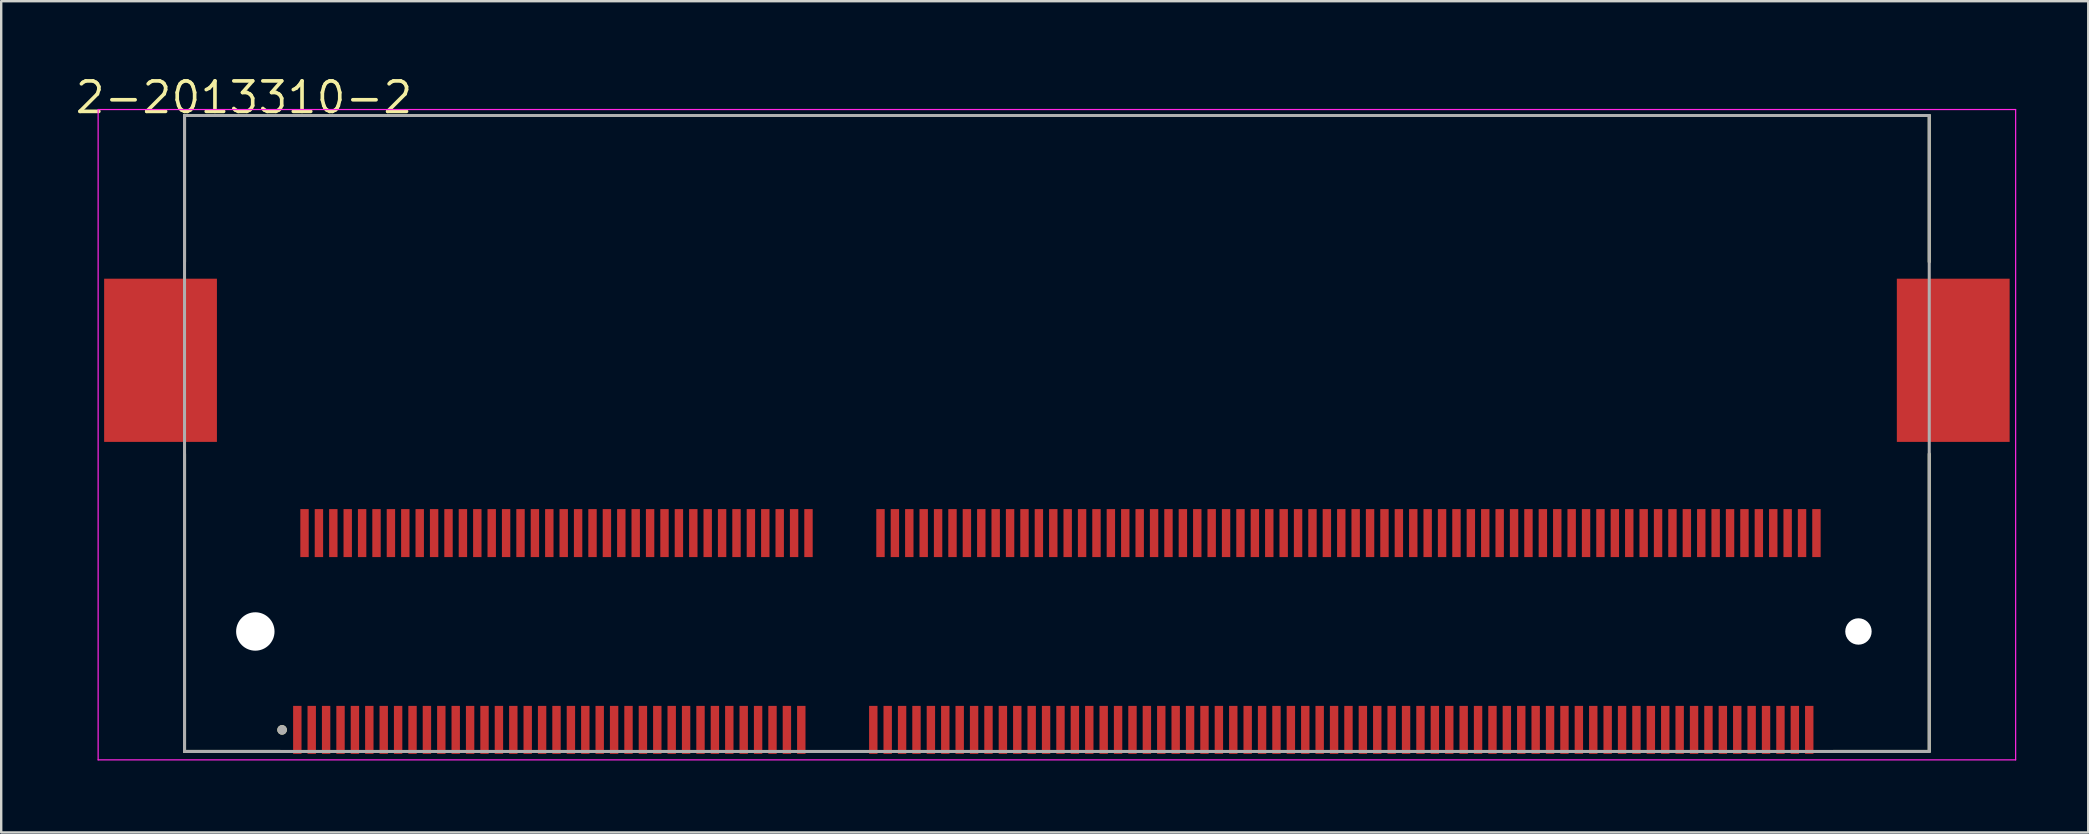
<source format=kicad_pcb>
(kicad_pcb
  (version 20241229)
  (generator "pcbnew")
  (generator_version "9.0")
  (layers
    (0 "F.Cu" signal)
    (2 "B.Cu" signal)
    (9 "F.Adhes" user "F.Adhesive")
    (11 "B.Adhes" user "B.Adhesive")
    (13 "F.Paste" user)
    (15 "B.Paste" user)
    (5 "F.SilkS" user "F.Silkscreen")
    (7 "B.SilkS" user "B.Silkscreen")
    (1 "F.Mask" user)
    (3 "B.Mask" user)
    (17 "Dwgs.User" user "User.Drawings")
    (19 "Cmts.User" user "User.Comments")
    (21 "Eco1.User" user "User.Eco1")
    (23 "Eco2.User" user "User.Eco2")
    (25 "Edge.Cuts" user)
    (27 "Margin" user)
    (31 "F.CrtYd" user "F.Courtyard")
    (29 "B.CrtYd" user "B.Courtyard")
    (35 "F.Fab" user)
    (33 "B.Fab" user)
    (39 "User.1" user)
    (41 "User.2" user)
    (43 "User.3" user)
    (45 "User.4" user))
  (footprint "2-2013310-2"
    (layer "F.Cu")
    (at 9.339 27.363)
    (property "Reference" "2-2013310-2" (at -2.223 -26.352 0) (layer "F.SilkS") (effects (font (size 1.27 1.27) (thickness 0.152))))
    (attr smd)
    (fp_line (start -4.7 -25.6) (end 68 -25.6) (stroke (width 0.127) (type solid)) (layer "F.SilkS"))
    (fp_line (start -4.7 -19.5) (end -4.7 -25.6) (stroke (width 0.127) (type solid)) (layer "F.SilkS"))
    (fp_line (start -4.7 0.9) (end -4.7 -11.5) (stroke (width 0.127) (type solid)) (layer "F.SilkS"))
    (fp_line (start -0.7 0.9) (end -4.7 0.9) (stroke (width 0.127) (type solid)) (layer "F.SilkS"))
    (fp_line (start 64 0.9) (end 68 0.9) (stroke (width 0.127) (type solid)) (layer "F.SilkS"))
    (fp_line (start 68 -25.6) (end 68 -19.5) (stroke (width 0.127) (type solid)) (layer "F.SilkS"))
    (fp_line (start 68 0.9) (end 68 -11.5) (stroke (width 0.127) (type solid)) (layer "F.SilkS"))
    (fp_circle (center -0.635 0) (end -0.535 0) (stroke (width 0.2) (type solid)) (fill no) (layer "F.SilkS"))
    (fp_line (start -8.3 -25.85) (end 71.6 -25.85) (stroke (width 0.05) (type solid)) (layer "F.CrtYd"))
    (fp_line (start -8.3 1.25) (end -8.3 -25.85) (stroke (width 0.05) (type solid)) (layer "F.CrtYd"))
    (fp_line (start 71.6 -25.85) (end 71.6 1.25) (stroke (width 0.05) (type solid)) (layer "F.CrtYd"))
    (fp_line (start 71.6 1.25) (end -8.3 1.25) (stroke (width 0.05) (type solid)) (layer "F.CrtYd"))
    (fp_line (start -4.7 -25.6) (end 68 -25.6) (stroke (width 0.127) (type solid)) (layer "F.Fab"))
    (fp_line (start -4.7 0.9) (end -4.7 -25.6) (stroke (width 0.127) (type solid)) (layer "F.Fab"))
    (fp_line (start 68 -25.6) (end 68 0.9) (stroke (width 0.127) (type solid)) (layer "F.Fab"))
    (fp_line (start 68 0.9) (end -4.7 0.9) (stroke (width 0.127) (type solid)) (layer "F.Fab"))
    (fp_circle (center -0.635 0) (end -0.535 0) (stroke (width 0.2) (type solid)) (fill no) (layer "F.Fab"))
    (pad "" np_thru_hole circle (at -1.75 -4.1) (size 1.6 1.6) (drill 1.6) (layers "*.Cu" "*.Mask"))
    (pad "" np_thru_hole circle (at 65.05 -4.1) (size 1.1 1.1) (drill 1.1) (layers "*.Cu" "*.Mask"))
    (pad "1" smd rect (at 0 0) (size 0.35 2) (layers "F.Cu" "F.Mask" "F.Paste"))
    (pad "2" smd rect (at 0.3 -8.2) (size 0.35 2) (layers "F.Cu" "F.Mask" "F.Paste"))
    (pad "3" smd rect (at 0.6 0) (size 0.35 2) (layers "F.Cu" "F.Mask" "F.Paste"))
    (pad "4" smd rect (at 0.9 -8.2) (size 0.35 2) (layers "F.Cu" "F.Mask" "F.Paste"))
    (pad "5" smd rect (at 1.2 0) (size 0.35 2) (layers "F.Cu" "F.Mask" "F.Paste"))
    (pad "6" smd rect (at 1.5 -8.2) (size 0.35 2) (layers "F.Cu" "F.Mask" "F.Paste"))
    (pad "7" smd rect (at 1.8 0) (size 0.35 2) (layers "F.Cu" "F.Mask" "F.Paste"))
    (pad "8" smd rect (at 2.1 -8.2) (size 0.35 2) (layers "F.Cu" "F.Mask" "F.Paste"))
    (pad "9" smd rect (at 2.4 0) (size 0.35 2) (layers "F.Cu" "F.Mask" "F.Paste"))
    (pad "10" smd rect (at 2.7 -8.2) (size 0.35 2) (layers "F.Cu" "F.Mask" "F.Paste"))
    (pad "11" smd rect (at 3 0) (size 0.35 2) (layers "F.Cu" "F.Mask" "F.Paste"))
    (pad "12" smd rect (at 3.3 -8.2) (size 0.35 2) (layers "F.Cu" "F.Mask" "F.Paste"))
    (pad "13" smd rect (at 3.6 0) (size 0.35 2) (layers "F.Cu" "F.Mask" "F.Paste"))
    (pad "14" smd rect (at 3.9 -8.2) (size 0.35 2) (layers "F.Cu" "F.Mask" "F.Paste"))
    (pad "15" smd rect (at 4.2 0) (size 0.35 2) (layers "F.Cu" "F.Mask" "F.Paste"))
    (pad "16" smd rect (at 4.5 -8.2) (size 0.35 2) (layers "F.Cu" "F.Mask" "F.Paste"))
    (pad "17" smd rect (at 4.8 0) (size 0.35 2) (layers "F.Cu" "F.Mask" "F.Paste"))
    (pad "18" smd rect (at 5.1 -8.2) (size 0.35 2) (layers "F.Cu" "F.Mask" "F.Paste"))
    (pad "19" smd rect (at 5.4 0) (size 0.35 2) (layers "F.Cu" "F.Mask" "F.Paste"))
    (pad "20" smd rect (at 5.7 -8.2) (size 0.35 2) (layers "F.Cu" "F.Mask" "F.Paste"))
    (pad "21" smd rect (at 6 0) (size 0.35 2) (layers "F.Cu" "F.Mask" "F.Paste"))
    (pad "22" smd rect (at 6.3 -8.2) (size 0.35 2) (layers "F.Cu" "F.Mask" "F.Paste"))
    (pad "23" smd rect (at 6.6 0) (size 0.35 2) (layers "F.Cu" "F.Mask" "F.Paste"))
    (pad "24" smd rect (at 6.9 -8.2) (size 0.35 2) (layers "F.Cu" "F.Mask" "F.Paste"))
    (pad "25" smd rect (at 7.2 0) (size 0.35 2) (layers "F.Cu" "F.Mask" "F.Paste"))
    (pad "26" smd rect (at 7.5 -8.2) (size 0.35 2) (layers "F.Cu" "F.Mask" "F.Paste"))
    (pad "27" smd rect (at 7.8 0) (size 0.35 2) (layers "F.Cu" "F.Mask" "F.Paste"))
    (pad "28" smd rect (at 8.1 -8.2) (size 0.35 2) (layers "F.Cu" "F.Mask" "F.Paste"))
    (pad "29" smd rect (at 8.4 0) (size 0.35 2) (layers "F.Cu" "F.Mask" "F.Paste"))
    (pad "30" smd rect (at 8.7 -8.2) (size 0.35 2) (layers "F.Cu" "F.Mask" "F.Paste"))
    (pad "31" smd rect (at 9 0) (size 0.35 2) (layers "F.Cu" "F.Mask" "F.Paste"))
    (pad "32" smd rect (at 9.3 -8.2) (size 0.35 2) (layers "F.Cu" "F.Mask" "F.Paste"))
    (pad "33" smd rect (at 9.6 0) (size 0.35 2) (layers "F.Cu" "F.Mask" "F.Paste"))
    (pad "34" smd rect (at 9.9 -8.2) (size 0.35 2) (layers "F.Cu" "F.Mask" "F.Paste"))
    (pad "35" smd rect (at 10.2 0) (size 0.35 2) (layers "F.Cu" "F.Mask" "F.Paste"))
    (pad "36" smd rect (at 10.5 -8.2) (size 0.35 2) (layers "F.Cu" "F.Mask" "F.Paste"))
    (pad "37" smd rect (at 10.8 0) (size 0.35 2) (layers "F.Cu" "F.Mask" "F.Paste"))
    (pad "38" smd rect (at 11.1 -8.2) (size 0.35 2) (layers "F.Cu" "F.Mask" "F.Paste"))
    (pad "39" smd rect (at 11.4 0) (size 0.35 2) (layers "F.Cu" "F.Mask" "F.Paste"))
    (pad "40" smd rect (at 11.7 -8.2) (size 0.35 2) (layers "F.Cu" "F.Mask" "F.Paste"))
    (pad "41" smd rect (at 12 0) (size 0.35 2) (layers "F.Cu" "F.Mask" "F.Paste"))
    (pad "42" smd rect (at 12.3 -8.2) (size 0.35 2) (layers "F.Cu" "F.Mask" "F.Paste"))
    (pad "43" smd rect (at 12.6 0) (size 0.35 2) (layers "F.Cu" "F.Mask" "F.Paste"))
    (pad "44" smd rect (at 12.9 -8.2) (size 0.35 2) (layers "F.Cu" "F.Mask" "F.Paste"))
    (pad "45" smd rect (at 13.2 0) (size 0.35 2) (layers "F.Cu" "F.Mask" "F.Paste"))
    (pad "46" smd rect (at 13.5 -8.2) (size 0.35 2) (layers "F.Cu" "F.Mask" "F.Paste"))
    (pad "47" smd rect (at 13.8 0) (size 0.35 2) (layers "F.Cu" "F.Mask" "F.Paste"))
    (pad "48" smd rect (at 14.1 -8.2) (size 0.35 2) (layers "F.Cu" "F.Mask" "F.Paste"))
    (pad "49" smd rect (at 14.4 0) (size 0.35 2) (layers "F.Cu" "F.Mask" "F.Paste"))
    (pad "50" smd rect (at 14.7 -8.2) (size 0.35 2) (layers "F.Cu" "F.Mask" "F.Paste"))
    (pad "51" smd rect (at 15 0) (size 0.35 2) (layers "F.Cu" "F.Mask" "F.Paste"))
    (pad "52" smd rect (at 15.3 -8.2) (size 0.35 2) (layers "F.Cu" "F.Mask" "F.Paste"))
    (pad "53" smd rect (at 15.6 0) (size 0.35 2) (layers "F.Cu" "F.Mask" "F.Paste"))
    (pad "54" smd rect (at 15.9 -8.2) (size 0.35 2) (layers "F.Cu" "F.Mask" "F.Paste"))
    (pad "55" smd rect (at 16.2 0) (size 0.35 2) (layers "F.Cu" "F.Mask" "F.Paste"))
    (pad "56" smd rect (at 16.5 -8.2) (size 0.35 2) (layers "F.Cu" "F.Mask" "F.Paste"))
    (pad "57" smd rect (at 16.8 0) (size 0.35 2) (layers "F.Cu" "F.Mask" "F.Paste"))
    (pad "58" smd rect (at 17.1 -8.2) (size 0.35 2) (layers "F.Cu" "F.Mask" "F.Paste"))
    (pad "59" smd rect (at 17.4 0) (size 0.35 2) (layers "F.Cu" "F.Mask" "F.Paste"))
    (pad "60" smd rect (at 17.7 -8.2) (size 0.35 2) (layers "F.Cu" "F.Mask" "F.Paste"))
    (pad "61" smd rect (at 18 0) (size 0.35 2) (layers "F.Cu" "F.Mask" "F.Paste"))
    (pad "62" smd rect (at 18.3 -8.2) (size 0.35 2) (layers "F.Cu" "F.Mask" "F.Paste"))
    (pad "63" smd rect (at 18.6 0) (size 0.35 2) (layers "F.Cu" "F.Mask" "F.Paste"))
    (pad "64" smd rect (at 18.9 -8.2) (size 0.35 2) (layers "F.Cu" "F.Mask" "F.Paste"))
    (pad "65" smd rect (at 19.2 0) (size 0.35 2) (layers "F.Cu" "F.Mask" "F.Paste"))
    (pad "66" smd rect (at 19.5 -8.2) (size 0.35 2) (layers "F.Cu" "F.Mask" "F.Paste"))
    (pad "67" smd rect (at 19.8 0) (size 0.35 2) (layers "F.Cu" "F.Mask" "F.Paste"))
    (pad "68" smd rect (at 20.1 -8.2) (size 0.35 2) (layers "F.Cu" "F.Mask" "F.Paste"))
    (pad "69" smd rect (at 20.4 0) (size 0.35 2) (layers "F.Cu" "F.Mask" "F.Paste"))
    (pad "70" smd rect (at 20.7 -8.2) (size 0.35 2) (layers "F.Cu" "F.Mask" "F.Paste"))
    (pad "71" smd rect (at 21 0) (size 0.35 2) (layers "F.Cu" "F.Mask" "F.Paste"))
    (pad "72" smd rect (at 21.3 -8.2) (size 0.35 2) (layers "F.Cu" "F.Mask" "F.Paste"))
    (pad "73" smd rect (at 24 0) (size 0.35 2) (layers "F.Cu" "F.Mask" "F.Paste"))
    (pad "74" smd rect (at 24.3 -8.2) (size 0.35 2) (layers "F.Cu" "F.Mask" "F.Paste"))
    (pad "75" smd rect (at 24.6 0) (size 0.35 2) (layers "F.Cu" "F.Mask" "F.Paste"))
    (pad "76" smd rect (at 24.9 -8.2) (size 0.35 2) (layers "F.Cu" "F.Mask" "F.Paste"))
    (pad "77" smd rect (at 25.2 0) (size 0.35 2) (layers "F.Cu" "F.Mask" "F.Paste"))
    (pad "78" smd rect (at 25.5 -8.2) (size 0.35 2) (layers "F.Cu" "F.Mask" "F.Paste"))
    (pad "79" smd rect (at 25.8 0) (size 0.35 2) (layers "F.Cu" "F.Mask" "F.Paste"))
    (pad "80" smd rect (at 26.1 -8.2) (size 0.35 2) (layers "F.Cu" "F.Mask" "F.Paste"))
    (pad "81" smd rect (at 26.4 0) (size 0.35 2) (layers "F.Cu" "F.Mask" "F.Paste"))
    (pad "82" smd rect (at 26.7 -8.2) (size 0.35 2) (layers "F.Cu" "F.Mask" "F.Paste"))
    (pad "83" smd rect (at 27 0) (size 0.35 2) (layers "F.Cu" "F.Mask" "F.Paste"))
    (pad "84" smd rect (at 27.3 -8.2) (size 0.35 2) (layers "F.Cu" "F.Mask" "F.Paste"))
    (pad "85" smd rect (at 27.6 0) (size 0.35 2) (layers "F.Cu" "F.Mask" "F.Paste"))
    (pad "86" smd rect (at 27.9 -8.2) (size 0.35 2) (layers "F.Cu" "F.Mask" "F.Paste"))
    (pad "87" smd rect (at 28.2 0) (size 0.35 2) (layers "F.Cu" "F.Mask" "F.Paste"))
    (pad "88" smd rect (at 28.5 -8.2) (size 0.35 2) (layers "F.Cu" "F.Mask" "F.Paste"))
    (pad "89" smd rect (at 28.8 0) (size 0.35 2) (layers "F.Cu" "F.Mask" "F.Paste"))
    (pad "90" smd rect (at 29.1 -8.2) (size 0.35 2) (layers "F.Cu" "F.Mask" "F.Paste"))
    (pad "91" smd rect (at 29.4 0) (size 0.35 2) (layers "F.Cu" "F.Mask" "F.Paste"))
    (pad "92" smd rect (at 29.7 -8.2) (size 0.35 2) (layers "F.Cu" "F.Mask" "F.Paste"))
    (pad "93" smd rect (at 30 0) (size 0.35 2) (layers "F.Cu" "F.Mask" "F.Paste"))
    (pad "94" smd rect (at 30.3 -8.2) (size 0.35 2) (layers "F.Cu" "F.Mask" "F.Paste"))
    (pad "95" smd rect (at 30.6 0) (size 0.35 2) (layers "F.Cu" "F.Mask" "F.Paste"))
    (pad "96" smd rect (at 30.9 -8.2) (size 0.35 2) (layers "F.Cu" "F.Mask" "F.Paste"))
    (pad "97" smd rect (at 31.2 0) (size 0.35 2) (layers "F.Cu" "F.Mask" "F.Paste"))
    (pad "98" smd rect (at 31.5 -8.2) (size 0.35 2) (layers "F.Cu" "F.Mask" "F.Paste"))
    (pad "99" smd rect (at 31.8 0) (size 0.35 2) (layers "F.Cu" "F.Mask" "F.Paste"))
    (pad "100" smd rect (at 32.1 -8.2) (size 0.35 2) (layers "F.Cu" "F.Mask" "F.Paste"))
    (pad "101" smd rect (at 32.4 0) (size 0.35 2) (layers "F.Cu" "F.Mask" "F.Paste"))
    (pad "102" smd rect (at 32.7 -8.2) (size 0.35 2) (layers "F.Cu" "F.Mask" "F.Paste"))
    (pad "103" smd rect (at 33 0) (size 0.35 2) (layers "F.Cu" "F.Mask" "F.Paste"))
    (pad "104" smd rect (at 33.3 -8.2) (size 0.35 2) (layers "F.Cu" "F.Mask" "F.Paste"))
    (pad "105" smd rect (at 33.6 0) (size 0.35 2) (layers "F.Cu" "F.Mask" "F.Paste"))
    (pad "106" smd rect (at 33.9 -8.2) (size 0.35 2) (layers "F.Cu" "F.Mask" "F.Paste"))
    (pad "107" smd rect (at 34.2 0) (size 0.35 2) (layers "F.Cu" "F.Mask" "F.Paste"))
    (pad "108" smd rect (at 34.5 -8.2) (size 0.35 2) (layers "F.Cu" "F.Mask" "F.Paste"))
    (pad "109" smd rect (at 34.8 0) (size 0.35 2) (layers "F.Cu" "F.Mask" "F.Paste"))
    (pad "110" smd rect (at 35.1 -8.2) (size 0.35 2) (layers "F.Cu" "F.Mask" "F.Paste"))
    (pad "111" smd rect (at 35.4 0) (size 0.35 2) (layers "F.Cu" "F.Mask" "F.Paste"))
    (pad "112" smd rect (at 35.7 -8.2) (size 0.35 2) (layers "F.Cu" "F.Mask" "F.Paste"))
    (pad "113" smd rect (at 36 0) (size 0.35 2) (layers "F.Cu" "F.Mask" "F.Paste"))
    (pad "114" smd rect (at 36.3 -8.2) (size 0.35 2) (layers "F.Cu" "F.Mask" "F.Paste"))
    (pad "115" smd rect (at 36.6 0) (size 0.35 2) (layers "F.Cu" "F.Mask" "F.Paste"))
    (pad "116" smd rect (at 36.9 -8.2) (size 0.35 2) (layers "F.Cu" "F.Mask" "F.Paste"))
    (pad "117" smd rect (at 37.2 0) (size 0.35 2) (layers "F.Cu" "F.Mask" "F.Paste"))
    (pad "118" smd rect (at 37.5 -8.2) (size 0.35 2) (layers "F.Cu" "F.Mask" "F.Paste"))
    (pad "119" smd rect (at 37.8 0) (size 0.35 2) (layers "F.Cu" "F.Mask" "F.Paste"))
    (pad "120" smd rect (at 38.1 -8.2) (size 0.35 2) (layers "F.Cu" "F.Mask" "F.Paste"))
    (pad "121" smd rect (at 38.4 0) (size 0.35 2) (layers "F.Cu" "F.Mask" "F.Paste"))
    (pad "122" smd rect (at 38.7 -8.2) (size 0.35 2) (layers "F.Cu" "F.Mask" "F.Paste"))
    (pad "123" smd rect (at 39 0) (size 0.35 2) (layers "F.Cu" "F.Mask" "F.Paste"))
    (pad "124" smd rect (at 39.3 -8.2) (size 0.35 2) (layers "F.Cu" "F.Mask" "F.Paste"))
    (pad "125" smd rect (at 39.6 0) (size 0.35 2) (layers "F.Cu" "F.Mask" "F.Paste"))
    (pad "126" smd rect (at 39.9 -8.2) (size 0.35 2) (layers "F.Cu" "F.Mask" "F.Paste"))
    (pad "127" smd rect (at 40.2 0) (size 0.35 2) (layers "F.Cu" "F.Mask" "F.Paste"))
    (pad "128" smd rect (at 40.5 -8.2) (size 0.35 2) (layers "F.Cu" "F.Mask" "F.Paste"))
    (pad "129" smd rect (at 40.8 0) (size 0.35 2) (layers "F.Cu" "F.Mask" "F.Paste"))
    (pad "130" smd rect (at 41.1 -8.2) (size 0.35 2) (layers "F.Cu" "F.Mask" "F.Paste"))
    (pad "131" smd rect (at 41.4 0) (size 0.35 2) (layers "F.Cu" "F.Mask" "F.Paste"))
    (pad "132" smd rect (at 41.7 -8.2) (size 0.35 2) (layers "F.Cu" "F.Mask" "F.Paste"))
    (pad "133" smd rect (at 42 0) (size 0.35 2) (layers "F.Cu" "F.Mask" "F.Paste"))
    (pad "134" smd rect (at 42.3 -8.2) (size 0.35 2) (layers "F.Cu" "F.Mask" "F.Paste"))
    (pad "135" smd rect (at 42.6 0) (size 0.35 2) (layers "F.Cu" "F.Mask" "F.Paste"))
    (pad "136" smd rect (at 42.9 -8.2) (size 0.35 2) (layers "F.Cu" "F.Mask" "F.Paste"))
    (pad "137" smd rect (at 43.2 0) (size 0.35 2) (layers "F.Cu" "F.Mask" "F.Paste"))
    (pad "138" smd rect (at 43.5 -8.2) (size 0.35 2) (layers "F.Cu" "F.Mask" "F.Paste"))
    (pad "139" smd rect (at 43.8 0) (size 0.35 2) (layers "F.Cu" "F.Mask" "F.Paste"))
    (pad "140" smd rect (at 44.1 -8.2) (size 0.35 2) (layers "F.Cu" "F.Mask" "F.Paste"))
    (pad "141" smd rect (at 44.4 0) (size 0.35 2) (layers "F.Cu" "F.Mask" "F.Paste"))
    (pad "142" smd rect (at 44.7 -8.2) (size 0.35 2) (layers "F.Cu" "F.Mask" "F.Paste"))
    (pad "143" smd rect (at 45 0) (size 0.35 2) (layers "F.Cu" "F.Mask" "F.Paste"))
    (pad "144" smd rect (at 45.3 -8.2) (size 0.35 2) (layers "F.Cu" "F.Mask" "F.Paste"))
    (pad "145" smd rect (at 45.6 0) (size 0.35 2) (layers "F.Cu" "F.Mask" "F.Paste"))
    (pad "146" smd rect (at 45.9 -8.2) (size 0.35 2) (layers "F.Cu" "F.Mask" "F.Paste"))
    (pad "147" smd rect (at 46.2 0) (size 0.35 2) (layers "F.Cu" "F.Mask" "F.Paste"))
    (pad "148" smd rect (at 46.5 -8.2) (size 0.35 2) (layers "F.Cu" "F.Mask" "F.Paste"))
    (pad "149" smd rect (at 46.8 0) (size 0.35 2) (layers "F.Cu" "F.Mask" "F.Paste"))
    (pad "150" smd rect (at 47.1 -8.2) (size 0.35 2) (layers "F.Cu" "F.Mask" "F.Paste"))
    (pad "151" smd rect (at 47.4 0) (size 0.35 2) (layers "F.Cu" "F.Mask" "F.Paste"))
    (pad "152" smd rect (at 47.7 -8.2) (size 0.35 2) (layers "F.Cu" "F.Mask" "F.Paste"))
    (pad "153" smd rect (at 48 0) (size 0.35 2) (layers "F.Cu" "F.Mask" "F.Paste"))
    (pad "154" smd rect (at 48.3 -8.2) (size 0.35 2) (layers "F.Cu" "F.Mask" "F.Paste"))
    (pad "155" smd rect (at 48.6 0) (size 0.35 2) (layers "F.Cu" "F.Mask" "F.Paste"))
    (pad "156" smd rect (at 48.9 -8.2) (size 0.35 2) (layers "F.Cu" "F.Mask" "F.Paste"))
    (pad "157" smd rect (at 49.2 0) (size 0.35 2) (layers "F.Cu" "F.Mask" "F.Paste"))
    (pad "158" smd rect (at 49.5 -8.2) (size 0.35 2) (layers "F.Cu" "F.Mask" "F.Paste"))
    (pad "159" smd rect (at 49.8 0) (size 0.35 2) (layers "F.Cu" "F.Mask" "F.Paste"))
    (pad "160" smd rect (at 50.1 -8.2) (size 0.35 2) (layers "F.Cu" "F.Mask" "F.Paste"))
    (pad "161" smd rect (at 50.4 0) (size 0.35 2) (layers "F.Cu" "F.Mask" "F.Paste"))
    (pad "162" smd rect (at 50.7 -8.2) (size 0.35 2) (layers "F.Cu" "F.Mask" "F.Paste"))
    (pad "163" smd rect (at 51 0) (size 0.35 2) (layers "F.Cu" "F.Mask" "F.Paste"))
    (pad "164" smd rect (at 51.3 -8.2) (size 0.35 2) (layers "F.Cu" "F.Mask" "F.Paste"))
    (pad "165" smd rect (at 51.6 0) (size 0.35 2) (layers "F.Cu" "F.Mask" "F.Paste"))
    (pad "166" smd rect (at 51.9 -8.2) (size 0.35 2) (layers "F.Cu" "F.Mask" "F.Paste"))
    (pad "167" smd rect (at 52.2 0) (size 0.35 2) (layers "F.Cu" "F.Mask" "F.Paste"))
    (pad "168" smd rect (at 52.5 -8.2) (size 0.35 2) (layers "F.Cu" "F.Mask" "F.Paste"))
    (pad "169" smd rect (at 52.8 0) (size 0.35 2) (layers "F.Cu" "F.Mask" "F.Paste"))
    (pad "170" smd rect (at 53.1 -8.2) (size 0.35 2) (layers "F.Cu" "F.Mask" "F.Paste"))
    (pad "171" smd rect (at 53.4 0) (size 0.35 2) (layers "F.Cu" "F.Mask" "F.Paste"))
    (pad "172" smd rect (at 53.7 -8.2) (size 0.35 2) (layers "F.Cu" "F.Mask" "F.Paste"))
    (pad "173" smd rect (at 54 0) (size 0.35 2) (layers "F.Cu" "F.Mask" "F.Paste"))
    (pad "174" smd rect (at 54.3 -8.2) (size 0.35 2) (layers "F.Cu" "F.Mask" "F.Paste"))
    (pad "175" smd rect (at 54.6 0) (size 0.35 2) (layers "F.Cu" "F.Mask" "F.Paste"))
    (pad "176" smd rect (at 54.9 -8.2) (size 0.35 2) (layers "F.Cu" "F.Mask" "F.Paste"))
    (pad "177" smd rect (at 55.2 0) (size 0.35 2) (layers "F.Cu" "F.Mask" "F.Paste"))
    (pad "178" smd rect (at 55.5 -8.2) (size 0.35 2) (layers "F.Cu" "F.Mask" "F.Paste"))
    (pad "179" smd rect (at 55.8 0) (size 0.35 2) (layers "F.Cu" "F.Mask" "F.Paste"))
    (pad "180" smd rect (at 56.1 -8.2) (size 0.35 2) (layers "F.Cu" "F.Mask" "F.Paste"))
    (pad "181" smd rect (at 56.4 0) (size 0.35 2) (layers "F.Cu" "F.Mask" "F.Paste"))
    (pad "182" smd rect (at 56.7 -8.2) (size 0.35 2) (layers "F.Cu" "F.Mask" "F.Paste"))
    (pad "183" smd rect (at 57 0) (size 0.35 2) (layers "F.Cu" "F.Mask" "F.Paste"))
    (pad "184" smd rect (at 57.3 -8.2) (size 0.35 2) (layers "F.Cu" "F.Mask" "F.Paste"))
    (pad "185" smd rect (at 57.6 0) (size 0.35 2) (layers "F.Cu" "F.Mask" "F.Paste"))
    (pad "186" smd rect (at 57.9 -8.2) (size 0.35 2) (layers "F.Cu" "F.Mask" "F.Paste"))
    (pad "187" smd rect (at 58.2 0) (size 0.35 2) (layers "F.Cu" "F.Mask" "F.Paste"))
    (pad "188" smd rect (at 58.5 -8.2) (size 0.35 2) (layers "F.Cu" "F.Mask" "F.Paste"))
    (pad "189" smd rect (at 58.8 0) (size 0.35 2) (layers "F.Cu" "F.Mask" "F.Paste"))
    (pad "190" smd rect (at 59.1 -8.2) (size 0.35 2) (layers "F.Cu" "F.Mask" "F.Paste"))
    (pad "191" smd rect (at 59.4 0) (size 0.35 2) (layers "F.Cu" "F.Mask" "F.Paste"))
    (pad "192" smd rect (at 59.7 -8.2) (size 0.35 2) (layers "F.Cu" "F.Mask" "F.Paste"))
    (pad "193" smd rect (at 60 0) (size 0.35 2) (layers "F.Cu" "F.Mask" "F.Paste"))
    (pad "194" smd rect (at 60.3 -8.2) (size 0.35 2) (layers "F.Cu" "F.Mask" "F.Paste"))
    (pad "195" smd rect (at 60.6 0) (size 0.35 2) (layers "F.Cu" "F.Mask" "F.Paste"))
    (pad "196" smd rect (at 60.9 -8.2) (size 0.35 2) (layers "F.Cu" "F.Mask" "F.Paste"))
    (pad "197" smd rect (at 61.2 0) (size 0.35 2) (layers "F.Cu" "F.Mask" "F.Paste"))
    (pad "198" smd rect (at 61.5 -8.2) (size 0.35 2) (layers "F.Cu" "F.Mask" "F.Paste"))
    (pad "199" smd rect (at 61.8 0) (size 0.35 2) (layers "F.Cu" "F.Mask" "F.Paste"))
    (pad "200" smd rect (at 62.1 -8.2) (size 0.35 2) (layers "F.Cu" "F.Mask" "F.Paste"))
    (pad "201" smd rect (at 62.4 0) (size 0.35 2) (layers "F.Cu" "F.Mask" "F.Paste"))
    (pad "202" smd rect (at 62.7 -8.2) (size 0.35 2) (layers "F.Cu" "F.Mask" "F.Paste"))
    (pad "203" smd rect (at 63 0) (size 0.35 2) (layers "F.Cu" "F.Mask" "F.Paste"))
    (pad "204" smd rect (at 63.3 -8.2) (size 0.35 2) (layers "F.Cu" "F.Mask" "F.Paste"))
    (pad "S1" smd rect (at 69 -15.4) (size 4.7 6.8) (layers "F.Cu" "F.Mask" "F.Paste"))
    (pad "S2" smd rect (at -5.7 -15.4) (size 4.7 6.8) (layers "F.Cu" "F.Mask" "F.Paste")))
  (gr_rect
    (start -3 -3)
    (end 83.964 31.638)
    (stroke (width 0.1) (type default))
    (fill no)
    (layer "Edge.Cuts")))
</source>
